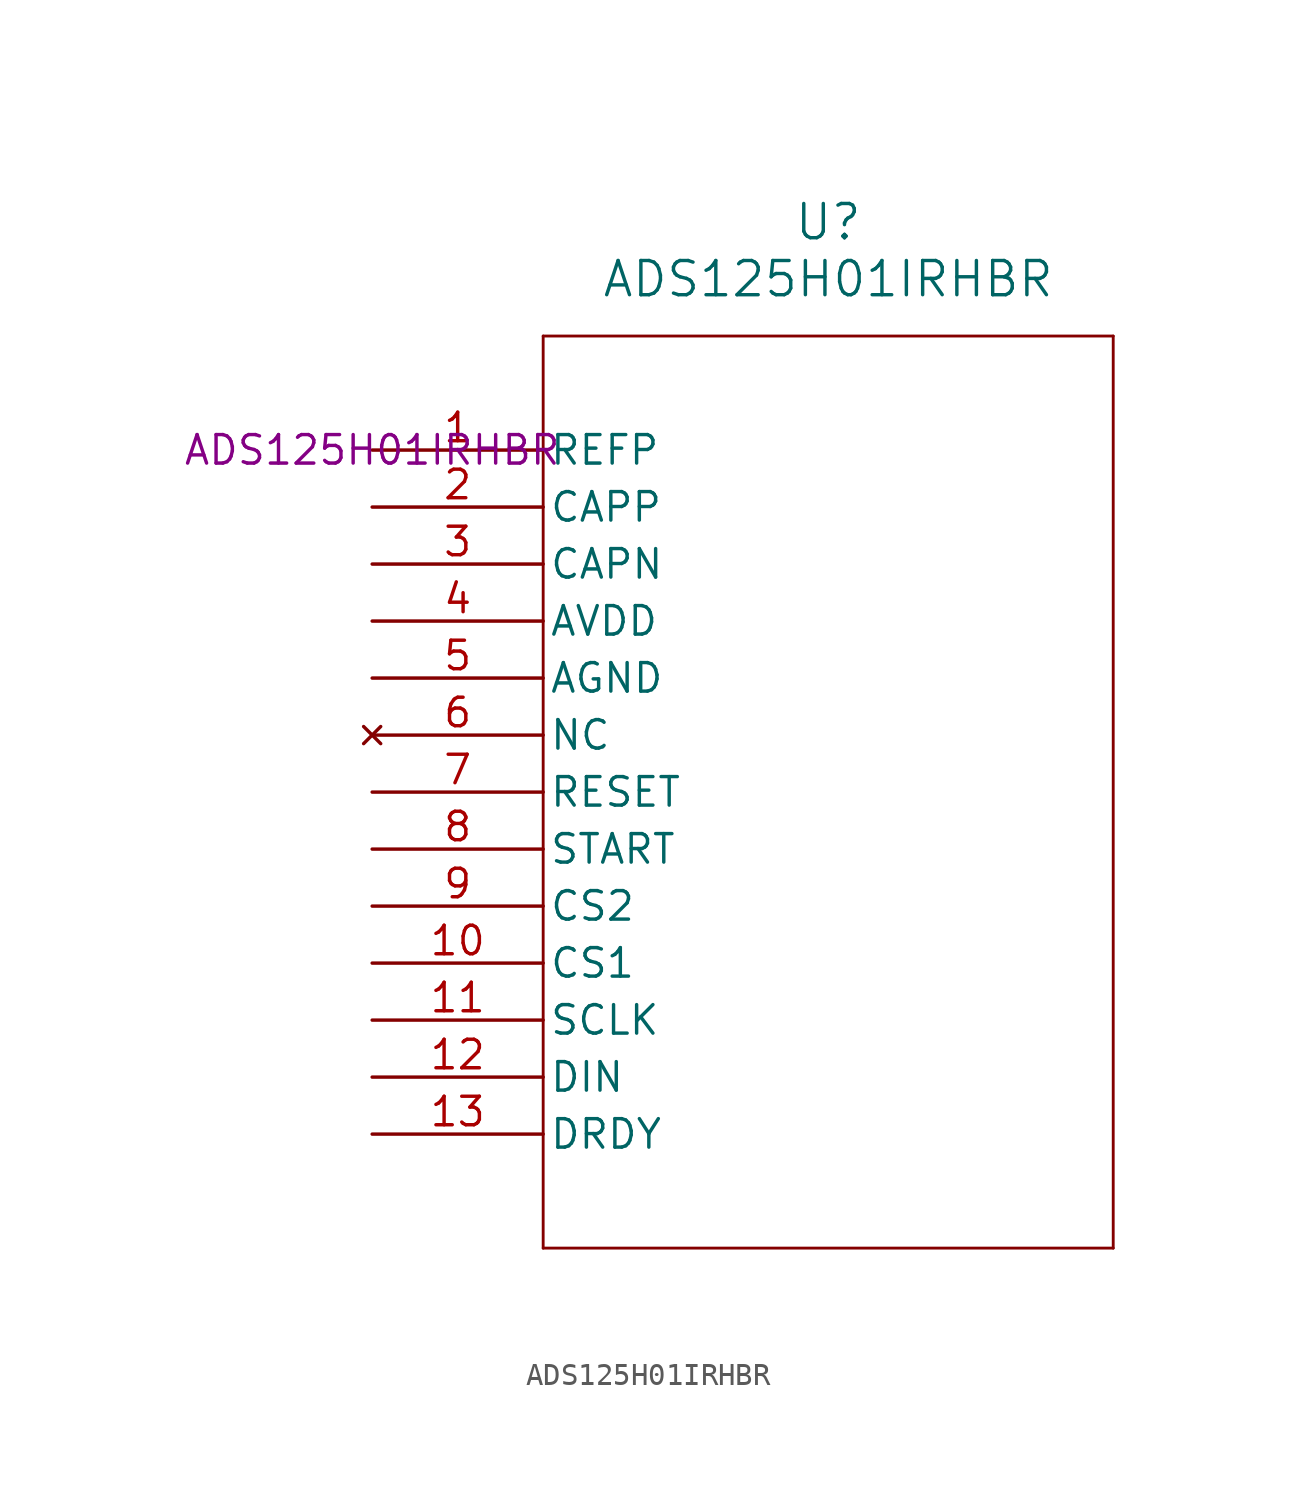
<source format=kicad_sym>
(kicad_symbol_lib
  (version 20231120)
  (generator "kicad_symbol_editor")
  (generator_version "8.0")
  (symbol "ADS125H01IRHBR"
    (pin_names
      (offset 0.254))
    (property "Reference" "U"
      (at 20.32 10.16 0)
      (effects (font (size 1.524 1.524))))
    (property "Value" "ADS125H01IRHBR"
      (at 20.32 7.62 0)
      (effects (font (size 1.524 1.524))))
    (property "MPN" "ADS125H01IRHBR"
      (at 0 0 0)
      (effects (font (size 1.27 1.27))))
    (symbol "ADS125H01IRHBR_0_1"
      (polyline (pts (xy 7.62 -35.56) (xy 33.02 -35.56)) (stroke (width 0.127) (type default)) (fill (type none)))
      (polyline (pts (xy 7.62 5.08) (xy 7.62 -35.56)) (stroke (width 0.127) (type default)) (fill (type none)))
      (polyline (pts (xy 33.02 -35.56) (xy 33.02 5.08)) (stroke (width 0.127) (type default)) (fill (type none)))
      (polyline (pts (xy 33.02 5.08) (xy 7.62 5.08)) (stroke (width 0.127) (type default)) (fill (type none)))
      (pin unspecified line (at 0 0 0) (length 7.62) (name "REFP" (effects (font (size 1.27 1.27)))) (number "1" (effects (font (size 1.27 1.27)))))
      (pin bidirectional line (at 0 -22.86 0) (length 7.62) (name "CS1" (effects (font (size 1.27 1.27)))) (number "10" (effects (font (size 1.27 1.27)))))
      (pin unspecified line (at 0 -25.4 0) (length 7.62) (name "SCLK" (effects (font (size 1.27 1.27)))) (number "11" (effects (font (size 1.27 1.27)))))
      (pin unspecified line (at 0 -27.94 0) (length 7.62) (name "DIN" (effects (font (size 1.27 1.27)))) (number "12" (effects (font (size 1.27 1.27)))))
      (pin unspecified line (at 0 -30.48 0) (length 7.62) (name "DRDY" (effects (font (size 1.27 1.27)))) (number "13" (effects (font (size 1.27 1.27)))))
      (pin unspecified line (at 0 -2.54 0) (length 7.62) (name "CAPP" (effects (font (size 1.27 1.27)))) (number "2" (effects (font (size 1.27 1.27)))))
      (pin unspecified line (at 0 -5.08 0) (length 7.62) (name "CAPN" (effects (font (size 1.27 1.27)))) (number "3" (effects (font (size 1.27 1.27)))))
      (pin power_in line (at 0 -7.62 0) (length 7.62) (name "AVDD" (effects (font (size 1.27 1.27)))) (number "4" (effects (font (size 1.27 1.27)))))
      (pin power_out line (at 0 -10.16 0) (length 7.62) (name "AGND" (effects (font (size 1.27 1.27)))) (number "5" (effects (font (size 1.27 1.27)))))
      (pin no_connect line (at 0 -12.7 0) (length 7.62) (name "NC" (effects (font (size 1.27 1.27)))) (number "6" (effects (font (size 1.27 1.27)))))
      (pin unspecified line (at 0 -15.24 0) (length 7.62) (name "RESET" (effects (font (size 1.27 1.27)))) (number "7" (effects (font (size 1.27 1.27)))))
      (pin unspecified line (at 0 -17.78 0) (length 7.62) (name "START" (effects (font (size 1.27 1.27)))) (number "8" (effects (font (size 1.27 1.27)))))
      (pin bidirectional line (at 0 -20.32 0) (length 7.62) (name "CS2" (effects (font (size 1.27 1.27)))) (number "9" (effects (font (size 1.27 1.27))))))))
</source>
